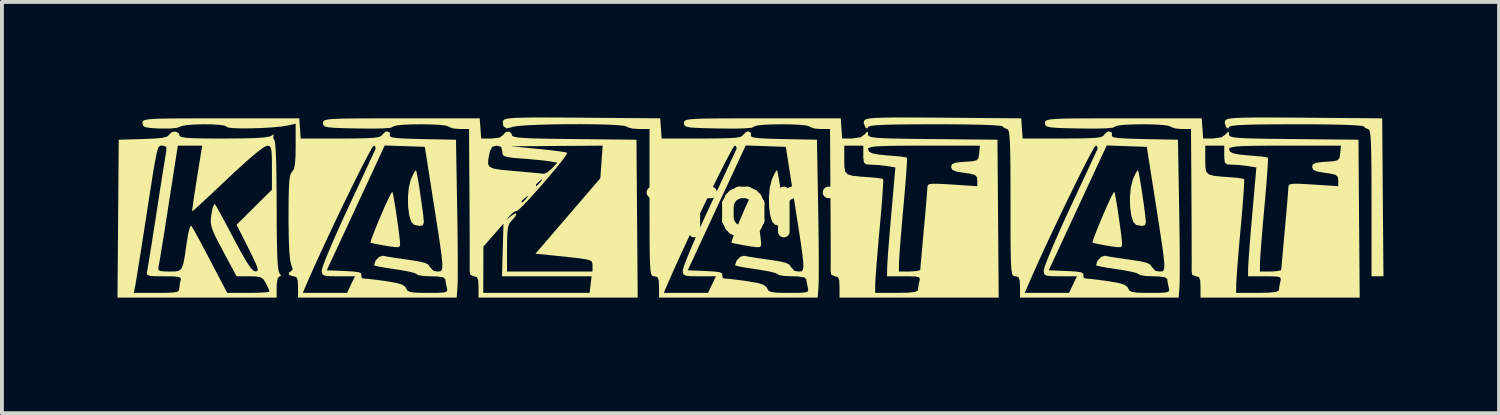
<source format=kicad_pcb>
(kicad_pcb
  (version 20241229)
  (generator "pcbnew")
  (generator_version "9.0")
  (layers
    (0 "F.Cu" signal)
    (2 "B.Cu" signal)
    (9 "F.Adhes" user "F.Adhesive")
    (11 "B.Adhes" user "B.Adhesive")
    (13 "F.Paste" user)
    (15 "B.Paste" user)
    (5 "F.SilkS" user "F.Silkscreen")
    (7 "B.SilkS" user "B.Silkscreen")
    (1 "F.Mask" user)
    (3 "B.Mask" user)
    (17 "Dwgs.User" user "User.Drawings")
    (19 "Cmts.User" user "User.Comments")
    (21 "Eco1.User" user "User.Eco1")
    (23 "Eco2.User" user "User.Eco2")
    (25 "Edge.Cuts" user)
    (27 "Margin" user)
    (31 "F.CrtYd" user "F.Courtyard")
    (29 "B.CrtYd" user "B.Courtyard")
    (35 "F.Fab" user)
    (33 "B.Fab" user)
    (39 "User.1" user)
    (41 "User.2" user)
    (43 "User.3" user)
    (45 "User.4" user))
  (footprint "front"
    (layer "F.Cu")
    (at 16.462 2.272)
    (property "Reference" "front" (at 0 0 0) (layer "F.SilkS") (effects (font (size 1.524 1.524) (thickness 0.3))))
    (attr board_only exclude_from_pos_files exclude_from_bom)
    (fp_poly (pts (xy -8.694 -0.836) (xy -8.664 -0.677) (xy -8.628 -0.457) (xy -8.59 -0.207) (xy -8.555 0.041) (xy -8.527 0.257) (xy -8.512 0.411) (xy -8.51 0.447) (xy -8.533 0.526) (xy -8.622 0.543) (xy -8.765 0.513) (xy -8.837 0.436) (xy -8.889 0.269) (xy -8.918 0.044) (xy -8.922 -0.206) (xy -8.9 -0.45) (xy -8.849 -0.655) (xy -8.845 -0.665) (xy -8.778 -0.815) (xy -8.726 -0.898) (xy -8.712 -0.903)) (stroke (width 0) (type solid)) (fill yes) (layer "F.SilkS"))
    (fp_poly (pts (xy 0.677 -0.836) (xy 0.707 -0.677) (xy 0.743 -0.457) (xy 0.781 -0.207) (xy 0.816 0.041) (xy 0.844 0.257) (xy 0.859 0.411) (xy 0.861 0.447) (xy 0.838 0.526) (xy 0.749 0.543) (xy 0.606 0.513) (xy 0.534 0.436) (xy 0.482 0.269) (xy 0.453 0.044) (xy 0.448 -0.206) (xy 0.471 -0.45) (xy 0.522 -0.655) (xy 0.526 -0.665) (xy 0.593 -0.815) (xy 0.644 -0.898) (xy 0.659 -0.903)) (stroke (width 0) (type solid)) (fill yes) (layer "F.SilkS"))
    (fp_poly (pts (xy 10.048 -0.836) (xy 10.078 -0.677) (xy 10.114 -0.457) (xy 10.152 -0.207) (xy 10.187 0.041) (xy 10.215 0.257) (xy 10.23 0.411) (xy 10.232 0.447) (xy 10.209 0.526) (xy 10.119 0.543) (xy 9.977 0.513) (xy 9.905 0.436) (xy 9.853 0.269) (xy 9.824 0.044) (xy 9.819 -0.206) (xy 9.842 -0.45) (xy 9.893 -0.655) (xy 9.897 -0.665) (xy 9.964 -0.815) (xy 10.015 -0.898) (xy 10.03 -0.903)) (stroke (width 0) (type solid)) (fill yes) (layer "F.SilkS"))
    (fp_poly (pts (xy -9.309 -0.279) (xy -9.28 -0.121) (xy -9.244 0.098) (xy -9.207 0.347) (xy -9.172 0.595) (xy -9.144 0.811) (xy -9.128 0.964) (xy -9.126 1.002) (xy -9.131 1.062) (xy -9.164 1.092) (xy -9.251 1.094) (xy -9.419 1.071) (xy -9.577 1.045) (xy -9.754 1.012) (xy -9.871 0.985) (xy -9.896 0.975) (xy -9.881 0.914) (xy -9.825 0.763) (xy -9.739 0.545) (xy -9.633 0.292) (xy -9.522 0.035) (xy -9.426 -0.171) (xy -9.358 -0.305) (xy -9.327 -0.346)) (stroke (width 0) (type solid)) (fill yes) (layer "F.SilkS"))
    (fp_poly (pts (xy 0.062 -0.279) (xy 0.091 -0.121) (xy 0.127 0.098) (xy 0.164 0.347) (xy 0.199 0.595) (xy 0.227 0.811) (xy 0.243 0.964) (xy 0.245 1.002) (xy 0.24 1.062) (xy 0.207 1.092) (xy 0.12 1.094) (xy -0.048 1.071) (xy -0.206 1.045) (xy -0.383 1.012) (xy -0.5 0.985) (xy -0.525 0.975) (xy -0.51 0.914) (xy -0.455 0.763) (xy -0.368 0.545) (xy -0.263 0.292) (xy -0.151 0.035) (xy -0.055 -0.171) (xy 0.013 -0.305) (xy 0.044 -0.346)) (stroke (width 0) (type solid)) (fill yes) (layer "F.SilkS"))
    (fp_poly (pts (xy 9.433 -0.279) (xy 9.462 -0.121) (xy 9.498 0.098) (xy 9.535 0.347) (xy 9.57 0.595) (xy 9.598 0.811) (xy 9.614 0.964) (xy 9.616 1.002) (xy 9.611 1.062) (xy 9.578 1.092) (xy 9.49 1.094) (xy 9.323 1.071) (xy 9.164 1.045) (xy 8.988 1.012) (xy 8.871 0.985) (xy 8.846 0.975) (xy 8.861 0.914) (xy 8.916 0.763) (xy 9.003 0.545) (xy 9.108 0.292) (xy 9.22 0.035) (xy 9.315 -0.171) (xy 9.384 -0.305) (xy 9.415 -0.346)) (stroke (width 0) (type solid)) (fill yes) (layer "F.SilkS"))
    (fp_poly (pts (xy 13.931 -2.27) (xy 14.348 -2.267) (xy 16.368 -2.25) (xy 16.384 -0.2) (xy 16.401 1.85) (xy 16.091 1.85) (xy 16.091 -0.062) (xy 16.09 -0.604) (xy 16.088 -1.035) (xy 16.083 -1.367) (xy 16.076 -1.612) (xy 16.065 -1.783) (xy 16.05 -1.892) (xy 16.031 -1.951) (xy 16.006 -1.972) (xy 15.998 -1.973) (xy 15.916 -2.006) (xy 15.906 -2.034) (xy 15.845 -2.054) (xy 15.665 -2.07) (xy 15.371 -2.083) (xy 14.967 -2.091) (xy 14.457 -2.096) (xy 14.149 -2.096) (xy 13.606 -2.095) (xy 13.177 -2.091) (xy 12.851 -2.083) (xy 12.62 -2.072) (xy 12.474 -2.056) (xy 12.403 -2.036) (xy 12.392 -2.022) (xy 12.371 -1.98) (xy 12.322 -2.018) (xy 12.28 -2.13) (xy 12.289 -2.185) (xy 12.311 -2.212) (xy 12.36 -2.233) (xy 12.449 -2.249) (xy 12.591 -2.261) (xy 12.798 -2.268) (xy 13.082 -2.272) (xy 13.455 -2.272)) (stroke (width 0) (type solid)) (fill yes) (layer "F.SilkS"))
    (fp_poly (pts (xy -7.04 -1.988) (xy -7.021 -1.726) (xy -6.754 -1.726) (xy -6.549 -1.748) (xy -6.454 -1.813) (xy -6.451 -1.819) (xy -6.38 -1.896) (xy -6.287 -1.904) (xy -6.229 -1.844) (xy -6.227 -1.82) (xy -6.212 -1.792) (xy -6.158 -1.769) (xy -6.053 -1.752) (xy -5.883 -1.739) (xy -5.636 -1.728) (xy -5.297 -1.721) (xy -4.854 -1.714) (xy -4.608 -1.712) (xy -2.99 -1.695) (xy -2.974 0.354) (xy -2.958 2.404) (xy -7.09 2.404) (xy -7.09 2.281) (xy -6.967 2.281) (xy -4.206 2.281) (xy -4.155 1.85) (xy -6.481 1.85) (xy -6.442 0.482) (xy -6.703 0.781) (xy -6.964 1.079) (xy -6.965 1.68) (xy -6.967 2.281) (xy -7.09 2.281) (xy -7.09 2.127) (xy -7.098 1.953) (xy -7.132 1.871) (xy -7.205 1.85) (xy -7.209 1.85) (xy -7.304 1.811) (xy -7.321 1.711) (xy -7.32 1.615) (xy -7.319 1.413) (xy -7.319 1.121) (xy -7.32 0.758) (xy -7.322 0.401) (xy -6.381 0.401) (xy -6.242 0.283) (xy -6.14 0.218) (xy -6.106 0.234) (xy -6.143 0.31) (xy -6.227 0.401) (xy -6.284 0.468) (xy -6.321 0.561) (xy -6.341 0.706) (xy -6.349 0.932) (xy -6.35 1.119) (xy -6.35 1.726) (xy -4.131 1.726) (xy -4.131 1.576) (xy -4.133 1.516) (xy -4.15 1.471) (xy -4.2 1.437) (xy -4.301 1.409) (xy -4.47 1.383) (xy -4.725 1.354) (xy -5.082 1.317) (xy -5.133 1.312) (xy -5.612 1.264) (xy -4.77 0.285) (xy -3.928 -0.695) (xy -3.898 -1.118) (xy -3.867 -1.541) (xy -5.062 -1.533) (xy -6.258 -1.524) (xy -5.538 -1.455) (xy -5.253 -1.426) (xy -5.016 -1.397) (xy -4.853 -1.372) (xy -4.788 -1.356) (xy -4.813 -1.3) (xy -4.905 -1.172) (xy -5.049 -0.992) (xy -5.227 -0.778) (xy -5.423 -0.549) (xy -5.621 -0.325) (xy -5.804 -0.124) (xy -5.957 0.036) (xy -6.061 0.134) (xy -6.1 0.156) (xy -6.17 0.176) (xy -6.265 0.263) (xy -6.381 0.401) (xy -7.322 0.401) (xy -7.322 0.339) (xy -7.324 -0.085) (xy -5.98 -0.085) (xy -5.95 -0.066) (xy -5.868 -0.146) (xy -5.849 -0.17) (xy -5.796 -0.243) (xy -5.828 -0.227) (xy -5.872 -0.193) (xy -5.958 -0.117) (xy -5.98 -0.085) (xy -7.324 -0.085) (xy -7.325 -0.117) (xy -7.325 -0.2) (xy -7.327 -0.534) (xy -5.598 -0.534) (xy -5.598 -0.494) (xy -5.587 -0.493) (xy -5.535 -0.535) (xy -5.479 -0.601) (xy -5.426 -0.674) (xy -5.458 -0.659) (xy -5.502 -0.624) (xy -5.598 -0.534) (xy -7.327 -0.534) (xy -7.331 -1.062) (xy -6.841 -1.062) (xy -6.798 -0.988) (xy -6.69 -0.943) (xy -6.499 -0.913) (xy -6.207 -0.886) (xy -6.15 -0.881) (xy -5.866 -0.856) (xy -5.626 -0.834) (xy -5.457 -0.818) (xy -5.39 -0.811) (xy -5.306 -0.845) (xy -5.192 -0.942) (xy -5.184 -0.95) (xy -5.045 -1.098) (xy -5.22 -1.131) (xy -5.361 -1.151) (xy -5.585 -1.174) (xy -5.849 -1.198) (xy -5.934 -1.204) (xy -6.192 -1.225) (xy -6.351 -1.247) (xy -6.435 -1.278) (xy -6.468 -1.326) (xy -6.473 -1.393) (xy -6.502 -1.508) (xy -6.608 -1.541) (xy -6.62 -1.541) (xy -6.732 -1.512) (xy -6.792 -1.403) (xy -6.805 -1.349) (xy -6.837 -1.178) (xy -6.841 -1.062) (xy -7.331 -1.062) (xy -7.336 -1.973) (xy -7.579 -1.973) (xy -7.744 -1.987) (xy -7.849 -2.023) (xy -7.86 -2.034) (xy -7.934 -2.061) (xy -8.096 -2.08) (xy -8.319 -2.092) (xy -8.572 -2.096) (xy -8.826 -2.093) (xy -9.053 -2.083) (xy -9.222 -2.065) (xy -9.305 -2.04) (xy -9.309 -2.033) (xy -9.37 -2.006) (xy -9.549 -1.99) (xy -9.843 -1.983) (xy -10.219 -1.987) (xy -10.571 -1.994) (xy -10.818 -2.003) (xy -10.979 -2.016) (xy -11.072 -2.037) (xy -11.115 -2.067) (xy -11.128 -2.111) (xy -11.128 -2.127) (xy -11.125 -2.161) (xy -11.106 -2.187) (xy -11.061 -2.208) (xy -10.975 -2.224) (xy -10.837 -2.235) (xy -10.635 -2.243) (xy -10.356 -2.247) (xy -9.988 -2.249) (xy -9.518 -2.25) (xy -9.093 -2.25) (xy -7.059 -2.25)) (stroke (width 0) (type solid)) (fill yes) (layer "F.SilkS"))
    (fp_poly (pts (xy -4.811 -2.27) (xy -4.394 -2.267) (xy -2.374 -2.25) (xy -2.355 -1.988) (xy -2.336 -1.726) (xy -1.298 -1.726) (xy -0.908 -1.728) (xy -0.624 -1.734) (xy -0.43 -1.745) (xy -0.31 -1.764) (xy -0.246 -1.791) (xy -0.224 -1.819) (xy -0.139 -1.9) (xy -0.088 -1.911) (xy -0.016 -1.874) (xy -0.022 -1.82) (xy -0.019 -1.784) (xy 0.032 -1.757) (xy 0.149 -1.739) (xy 0.347 -1.726) (xy 0.645 -1.716) (xy 0.819 -1.712) (xy 1.695 -1.695) (xy 1.726 0.049) (xy 1.734 0.518) (xy 1.739 0.961) (xy 1.742 1.36) (xy 1.742 1.694) (xy 1.74 1.946) (xy 1.736 2.094) (xy 1.736 2.099) (xy 1.714 2.404) (xy -2.404 2.404) (xy -2.404 2.281) (xy -2.281 2.281) (xy -1.133 2.281) (xy -1.03 2.065) (xy -0.927 1.85) (xy -1.357 1.85) (xy -1.582 1.847) (xy -1.711 1.834) (xy -1.77 1.8) (xy -1.787 1.736) (xy -1.788 1.695) (xy -1.659 1.695) (xy -1.194 1.713) (xy -0.954 1.727) (xy -0.817 1.748) (xy -0.762 1.782) (xy -0.763 1.821) (xy -0.75 1.896) (xy -0.679 1.911) (xy -0.562 1.92) (xy -0.363 1.943) (xy -0.124 1.976) (xy -0.097 1.98) (xy 0.155 2.024) (xy 0.307 2.07) (xy 0.384 2.128) (xy 0.403 2.165) (xy 0.435 2.222) (xy 0.505 2.257) (xy 0.637 2.275) (xy 0.858 2.281) (xy 0.967 2.281) (xy 1.221 2.28) (xy 1.375 2.271) (xy 1.45 2.249) (xy 1.469 2.208) (xy 1.457 2.142) (xy 1.427 1.999) (xy 1.419 1.927) (xy 1.366 1.878) (xy 1.205 1.854) (xy 1.048 1.85) (xy 0.853 1.842) (xy 0.719 1.821) (xy 0.678 1.797) (xy 0.621 1.766) (xy 0.47 1.727) (xy 0.25 1.687) (xy 0.123 1.668) (xy -0.12 1.632) (xy -0.309 1.598) (xy -0.417 1.571) (xy -0.432 1.563) (xy -0.391 1.443) (xy -0.298 1.346) (xy -0.199 1.317) (xy -0.197 1.318) (xy -0.09 1.339) (xy 0.103 1.37) (xy 0.348 1.406) (xy 0.445 1.419) (xy 0.714 1.46) (xy 0.884 1.5) (xy 0.978 1.547) (xy 1.019 1.609) (xy 1.019 1.609) (xy 1.109 1.707) (xy 1.206 1.726) (xy 1.261 1.725) (xy 1.302 1.715) (xy 1.329 1.68) (xy 1.342 1.61) (xy 1.339 1.49) (xy 1.321 1.307) (xy 1.286 1.049) (xy 1.233 0.702) (xy 1.163 0.253) (xy 1.119 -0.031) (xy 0.887 -1.51) (xy 0.366 -1.528) (xy -0.154 -1.546) (xy -1.659 1.695) (xy -1.788 1.695) (xy -1.788 1.693) (xy -1.762 1.597) (xy -1.691 1.406) (xy -1.58 1.137) (xy -1.437 0.806) (xy -1.269 0.431) (xy -1.105 0.075) (xy -0.92 -0.321) (xy -0.752 -0.682) (xy -0.607 -0.993) (xy -0.494 -1.237) (xy -0.418 -1.4) (xy -0.389 -1.464) (xy -0.406 -1.532) (xy -0.44 -1.539) (xy -0.482 -1.486) (xy -0.568 -1.334) (xy -0.69 -1.101) (xy -0.842 -0.801) (xy -1.017 -0.448) (xy -1.207 -0.058) (xy -1.405 0.355) (xy -1.603 0.775) (xy -1.795 1.188) (xy -1.974 1.579) (xy -2.131 1.932) (xy -2.204 2.101) (xy -2.281 2.281) (xy -2.404 2.281) (xy -2.404 2.127) (xy -2.412 1.954) (xy -2.446 1.872) (xy -2.519 1.85) (xy -2.528 1.85) (xy -2.562 1.846) (xy -2.59 1.827) (xy -2.611 1.78) (xy -2.626 1.691) (xy -2.637 1.549) (xy -2.644 1.34) (xy -2.648 1.051) (xy -2.65 0.671) (xy -2.651 0.185) (xy -2.651 -0.062) (xy -2.651 -1.973) (xy -2.925 -1.973) (xy -3.099 -1.986) (xy -3.216 -2.018) (xy -3.237 -2.034) (xy -3.31 -2.057) (xy -3.486 -2.074) (xy -3.742 -2.087) (xy -4.059 -2.095) (xy -4.415 -2.099) (xy -4.788 -2.098) (xy -5.159 -2.093) (xy -5.506 -2.084) (xy -5.807 -2.071) (xy -6.043 -2.054) (xy -6.191 -2.033) (xy -6.226 -2.021) (xy -6.356 -1.988) (xy -6.446 -2.044) (xy -6.46 -2.162) (xy -6.452 -2.185) (xy -6.431 -2.212) (xy -6.382 -2.233) (xy -6.293 -2.249) (xy -6.151 -2.261) (xy -5.944 -2.268) (xy -5.66 -2.272) (xy -5.286 -2.272)) (stroke (width 0) (type solid)) (fill yes) (layer "F.SilkS"))
    (fp_poly (pts (xy 4.56 -2.27) (xy 4.977 -2.267) (xy 6.997 -2.25) (xy 7.016 -1.988) (xy 7.035 -1.726) (xy 8.073 -1.726) (xy 8.463 -1.728) (xy 8.747 -1.734) (xy 8.94 -1.745) (xy 9.061 -1.764) (xy 9.125 -1.791) (xy 9.147 -1.819) (xy 9.231 -1.9) (xy 9.283 -1.911) (xy 9.355 -1.874) (xy 9.349 -1.82) (xy 9.352 -1.784) (xy 9.403 -1.757) (xy 9.52 -1.739) (xy 9.718 -1.726) (xy 10.016 -1.716) (xy 10.19 -1.712) (xy 11.066 -1.695) (xy 11.097 0.049) (xy 11.104 0.518) (xy 11.11 0.961) (xy 11.113 1.36) (xy 11.113 1.694) (xy 11.111 1.946) (xy 11.107 2.094) (xy 11.107 2.099) (xy 11.085 2.404) (xy 6.967 2.404) (xy 6.967 2.281) (xy 7.089 2.281) (xy 8.238 2.281) (xy 8.341 2.065) (xy 8.444 1.85) (xy 8.014 1.85) (xy 7.788 1.847) (xy 7.66 1.834) (xy 7.6 1.8) (xy 7.584 1.736) (xy 7.583 1.695) (xy 7.712 1.695) (xy 8.177 1.713) (xy 8.417 1.727) (xy 8.554 1.748) (xy 8.609 1.782) (xy 8.608 1.821) (xy 8.621 1.896) (xy 8.692 1.911) (xy 8.809 1.92) (xy 9.008 1.943) (xy 9.247 1.976) (xy 9.274 1.98) (xy 9.525 2.024) (xy 9.678 2.07) (xy 9.755 2.128) (xy 9.774 2.165) (xy 9.806 2.222) (xy 9.876 2.257) (xy 10.008 2.275) (xy 10.228 2.281) (xy 10.338 2.281) (xy 10.592 2.28) (xy 10.745 2.271) (xy 10.821 2.249) (xy 10.84 2.208) (xy 10.828 2.142) (xy 10.797 1.999) (xy 10.79 1.927) (xy 10.737 1.878) (xy 10.576 1.854) (xy 10.419 1.85) (xy 10.224 1.842) (xy 10.09 1.821) (xy 10.049 1.797) (xy 9.992 1.766) (xy 9.84 1.727) (xy 9.62 1.687) (xy 9.494 1.668) (xy 9.251 1.632) (xy 9.062 1.598) (xy 8.954 1.571) (xy 8.939 1.563) (xy 8.98 1.443) (xy 9.073 1.346) (xy 9.172 1.317) (xy 9.174 1.318) (xy 9.281 1.339) (xy 9.474 1.37) (xy 9.719 1.406) (xy 9.816 1.419) (xy 10.085 1.46) (xy 10.255 1.5) (xy 10.349 1.547) (xy 10.39 1.609) (xy 10.39 1.609) (xy 10.479 1.707) (xy 10.577 1.726) (xy 10.632 1.725) (xy 10.673 1.715) (xy 10.7 1.68) (xy 10.712 1.61) (xy 10.71 1.49) (xy 10.691 1.307) (xy 10.656 1.049) (xy 10.604 0.702) (xy 10.534 0.253) (xy 10.49 -0.031) (xy 10.257 -1.51) (xy 9.737 -1.528) (xy 9.217 -1.546) (xy 7.712 1.695) (xy 7.583 1.695) (xy 7.583 1.693) (xy 7.608 1.597) (xy 7.68 1.406) (xy 7.791 1.137) (xy 7.934 0.806) (xy 8.102 0.431) (xy 8.266 0.075) (xy 8.451 -0.321) (xy 8.619 -0.682) (xy 8.764 -0.993) (xy 8.877 -1.237) (xy 8.953 -1.4) (xy 8.982 -1.464) (xy 8.965 -1.532) (xy 8.931 -1.539) (xy 8.889 -1.486) (xy 8.803 -1.334) (xy 8.681 -1.101) (xy 8.528 -0.801) (xy 8.354 -0.448) (xy 8.164 -0.058) (xy 7.966 0.355) (xy 7.767 0.775) (xy 7.575 1.188) (xy 7.397 1.579) (xy 7.24 1.932) (xy 7.167 2.101) (xy 7.089 2.281) (xy 6.967 2.281) (xy 6.967 2.127) (xy 6.958 1.954) (xy 6.925 1.872) (xy 6.852 1.85) (xy 6.843 1.85) (xy 6.809 1.846) (xy 6.781 1.827) (xy 6.76 1.78) (xy 6.745 1.691) (xy 6.734 1.549) (xy 6.727 1.34) (xy 6.722 1.051) (xy 6.72 0.671) (xy 6.72 0.185) (xy 6.72 -0.062) (xy 6.719 -0.604) (xy 6.717 -1.035) (xy 6.712 -1.367) (xy 6.705 -1.612) (xy 6.694 -1.783) (xy 6.679 -1.892) (xy 6.66 -1.951) (xy 6.635 -1.972) (xy 6.627 -1.973) (xy 6.545 -2.006) (xy 6.535 -2.034) (xy 6.474 -2.054) (xy 6.294 -2.07) (xy 6 -2.083) (xy 5.596 -2.091) (xy 5.086 -2.096) (xy 4.778 -2.096) (xy 4.235 -2.095) (xy 3.806 -2.091) (xy 3.481 -2.083) (xy 3.25 -2.072) (xy 3.103 -2.056) (xy 3.032 -2.036) (xy 3.021 -2.022) (xy 3 -1.98) (xy 2.951 -2.018) (xy 2.909 -2.13) (xy 2.919 -2.185) (xy 2.94 -2.212) (xy 2.989 -2.233) (xy 3.078 -2.249) (xy 3.22 -2.261) (xy 3.427 -2.268) (xy 3.711 -2.272) (xy 4.084 -2.272)) (stroke (width 0) (type solid)) (fill yes) (layer "F.SilkS"))
    (fp_poly (pts (xy 11.702 -1.988) (xy 11.721 -1.726) (xy 11.972 -1.726) (xy 12.198 -1.759) (xy 12.306 -1.834) (xy 12.369 -1.908) (xy 12.388 -1.882) (xy 12.39 -1.835) (xy 12.398 -1.803) (xy 12.432 -1.778) (xy 12.505 -1.759) (xy 12.629 -1.744) (xy 12.819 -1.733) (xy 13.087 -1.725) (xy 13.449 -1.719) (xy 13.916 -1.713) (xy 14.072 -1.712) (xy 15.752 -1.695) (xy 15.784 2.404) (xy 11.652 2.404) (xy 11.652 2.127) (xy 11.644 1.953) (xy 11.61 1.871) (xy 11.537 1.85) (xy 11.532 1.85) (xy 11.438 1.811) (xy 11.42 1.711) (xy 11.422 1.615) (xy 11.423 1.413) (xy 11.422 1.121) (xy 11.421 0.758) (xy 11.42 0.339) (xy 11.417 -0.117) (xy 11.417 -0.2) (xy 11.408 -1.541) (xy 11.775 -1.541) (xy 11.775 -1.173) (xy 11.778 -0.989) (xy 11.799 -0.87) (xy 11.862 -0.798) (xy 11.988 -0.759) (xy 12.2 -0.737) (xy 12.407 -0.723) (xy 12.602 -0.706) (xy 12.741 -0.686) (xy 12.785 -0.673) (xy 12.787 -0.607) (xy 12.778 -0.436) (xy 12.76 -0.181) (xy 12.735 0.14) (xy 12.702 0.509) (xy 12.695 0.586) (xy 12.66 0.979) (xy 12.629 1.344) (xy 12.604 1.658) (xy 12.587 1.899) (xy 12.579 2.042) (xy 12.579 2.05) (xy 12.577 2.281) (xy 13.132 2.281) (xy 13.418 2.276) (xy 13.596 2.258) (xy 13.678 2.226) (xy 13.687 2.204) (xy 13.703 2.085) (xy 13.725 1.988) (xy 13.738 1.916) (xy 13.712 1.875) (xy 13.623 1.855) (xy 13.446 1.85) (xy 13.324 1.85) (xy 12.885 1.85) (xy 12.889 1.618) (xy 12.896 1.484) (xy 12.912 1.252) (xy 12.936 0.944) (xy 12.965 0.585) (xy 12.998 0.206) (xy 13.102 -0.975) (xy 12.885 -1.011) (xy 12.669 -1.037) (xy 12.469 -1.047) (xy 12.34 -1.056) (xy 12.283 -1.106) (xy 12.269 -1.231) (xy 12.268 -1.295) (xy 12.268 -1.45) (xy 12.392 -1.45) (xy 12.416 -1.387) (xy 12.501 -1.342) (xy 12.666 -1.31) (xy 12.931 -1.284) (xy 13.024 -1.277) (xy 13.219 -1.26) (xy 13.357 -1.241) (xy 13.402 -1.228) (xy 13.403 -1.162) (xy 13.395 -0.991) (xy 13.377 -0.736) (xy 13.351 -0.414) (xy 13.319 -0.045) (xy 13.312 0.031) (xy 13.277 0.424) (xy 13.246 0.789) (xy 13.221 1.104) (xy 13.203 1.344) (xy 13.196 1.487) (xy 13.196 1.495) (xy 13.193 1.726) (xy 13.471 1.726) (xy 13.636 1.717) (xy 13.736 1.694) (xy 13.748 1.68) (xy 13.754 1.606) (xy 13.769 1.431) (xy 13.792 1.176) (xy 13.82 0.865) (xy 13.84 0.647) (xy 13.871 0.304) (xy 13.898 -0.003) (xy 13.918 -0.249) (xy 13.93 -0.41) (xy 13.932 -0.456) (xy 13.94 -0.508) (xy 13.978 -0.539) (xy 14.068 -0.553) (xy 14.231 -0.551) (xy 14.489 -0.537) (xy 14.58 -0.531) (xy 15.228 -0.489) (xy 15.228 -0.641) (xy 15.216 -0.73) (xy 15.16 -0.782) (xy 15.031 -0.815) (xy 14.889 -0.835) (xy 14.688 -0.868) (xy 14.584 -0.911) (xy 14.55 -0.977) (xy 14.55 -0.99) (xy 14.569 -1.057) (xy 14.647 -1.095) (xy 14.809 -1.116) (xy 14.904 -1.122) (xy 15.104 -1.136) (xy 15.211 -1.162) (xy 15.259 -1.219) (xy 15.276 -1.326) (xy 15.278 -1.341) (xy 15.297 -1.541) (xy 13.844 -1.541) (xy 13.378 -1.54) (xy 13.021 -1.537) (xy 12.759 -1.53) (xy 12.579 -1.519) (xy 12.467 -1.503) (xy 12.409 -1.481) (xy 12.392 -1.453) (xy 12.392 -1.45) (xy 12.268 -1.45) (xy 12.268 -1.541) (xy 11.775 -1.541) (xy 11.408 -1.541) (xy 11.405 -1.973) (xy 11.162 -1.973) (xy 10.998 -1.987) (xy 10.893 -2.023) (xy 10.881 -2.034) (xy 10.808 -2.061) (xy 10.646 -2.08) (xy 10.423 -2.092) (xy 10.17 -2.096) (xy 9.916 -2.093) (xy 9.689 -2.083) (xy 9.519 -2.065) (xy 9.436 -2.04) (xy 9.433 -2.033) (xy 9.372 -2.006) (xy 9.192 -1.99) (xy 8.898 -1.983) (xy 8.523 -1.987) (xy 8.171 -1.994) (xy 7.924 -2.003) (xy 7.763 -2.016) (xy 7.67 -2.037) (xy 7.627 -2.067) (xy 7.614 -2.111) (xy 7.614 -2.127) (xy 7.617 -2.161) (xy 7.636 -2.187) (xy 7.681 -2.208) (xy 7.767 -2.224) (xy 7.904 -2.235) (xy 8.106 -2.243) (xy 8.385 -2.247) (xy 8.754 -2.249) (xy 9.224 -2.25) (xy 9.648 -2.25) (xy 11.683 -2.25)) (stroke (width 0) (type solid)) (fill yes) (layer "F.SilkS"))
    (fp_poly (pts (xy -14.87 -1.862) (xy -14.858 -1.819) (xy -14.842 -1.786) (xy -14.786 -1.762) (xy -14.673 -1.745) (xy -14.488 -1.734) (xy -14.216 -1.728) (xy -13.84 -1.726) (xy -13.699 -1.726) (xy -13.248 -1.729) (xy -12.909 -1.737) (xy -12.671 -1.753) (xy -12.523 -1.775) (xy -12.457 -1.803) (xy -12.402 -1.843) (xy -12.415 -1.808) (xy -12.415 -1.718) (xy -12.393 -1.696) (xy -12.372 -1.622) (xy -12.356 -1.43) (xy -12.343 -1.126) (xy -12.335 -0.716) (xy -12.33 -0.205) (xy -12.33 0.022) (xy -12.328 0.57) (xy -12.323 1.004) (xy -12.314 1.333) (xy -12.3 1.564) (xy -12.281 1.709) (xy -12.257 1.775) (xy -12.256 1.776) (xy -12.213 1.837) (xy -12.256 1.85) (xy -12.306 1.907) (xy -12.329 2.07) (xy -12.33 2.127) (xy -12.33 2.404) (xy -16.462 2.404) (xy -16.461 2.281) (xy -16.039 2.281) (xy -15.448 2.281) (xy -15.174 2.279) (xy -15.001 2.27) (xy -14.906 2.249) (xy -14.865 2.213) (xy -14.858 2.163) (xy -14.838 2.008) (xy -14.82 1.947) (xy -14.817 1.897) (xy -14.87 1.868) (xy -15 1.853) (xy -15.23 1.85) (xy -15.253 1.85) (xy -15.49 1.848) (xy -15.628 1.837) (xy -15.69 1.81) (xy -15.701 1.759) (xy -15.692 1.711) (xy -15.684 1.669) (xy -15.403 1.669) (xy -15.363 1.71) (xy -15.245 1.725) (xy -15.115 1.726) (xy -14.97 1.725) (xy -14.87 1.709) (xy -14.804 1.656) (xy -14.759 1.547) (xy -14.721 1.362) (xy -14.68 1.08) (xy -14.668 0.997) (xy -14.631 0.772) (xy -14.592 0.609) (xy -14.559 0.535) (xy -14.548 0.535) (xy -14.505 0.605) (xy -14.415 0.764) (xy -14.291 0.992) (xy -14.144 1.27) (xy -14.058 1.433) (xy -13.614 2.281) (xy -13.065 2.281) (xy -12.821 2.278) (xy -12.633 2.268) (xy -12.528 2.255) (xy -12.515 2.247) (xy -12.541 2.174) (xy -12.603 2.043) (xy -12.609 2.031) (xy -12.675 1.925) (xy -12.758 1.871) (xy -12.897 1.852) (xy -13.037 1.85) (xy -13.371 1.85) (xy -13.719 1.201) (xy -13.867 0.921) (xy -13.964 0.723) (xy -14.019 0.576) (xy -14.04 0.456) (xy -14.036 0.332) (xy -14.024 0.239) (xy -13.992 0.074) (xy -13.955 -0.017) (xy -13.933 -0.021) (xy -13.889 0.049) (xy -13.799 0.209) (xy -13.675 0.437) (xy -13.527 0.715) (xy -13.441 0.879) (xy -13.257 1.223) (xy -13.115 1.468) (xy -13.009 1.625) (xy -12.93 1.707) (xy -12.879 1.726) (xy -12.833 1.715) (xy -12.822 1.668) (xy -12.852 1.567) (xy -12.929 1.395) (xy -13.058 1.133) (xy -13.065 1.119) (xy -13.37 0.512) (xy -12.912 0.057) (xy -12.453 -0.398) (xy -12.453 -0.969) (xy -12.455 -1.238) (xy -12.464 -1.406) (xy -12.486 -1.497) (xy -12.524 -1.534) (xy -12.578 -1.541) (xy -12.667 -1.498) (xy -12.831 -1.376) (xy -13.062 -1.181) (xy -13.349 -0.923) (xy -13.608 -0.681) (xy -13.882 -0.422) (xy -14.124 -0.195) (xy -14.32 -0.013) (xy -14.457 0.111) (xy -14.522 0.165) (xy -14.525 0.167) (xy -14.52 0.105) (xy -14.498 -0.057) (xy -14.462 -0.295) (xy -14.417 -0.589) (xy -14.4 -0.694) (xy -14.264 -1.541) (xy -14.896 -1.541) (xy -15.129 -0.046) (xy -15.195 0.376) (xy -15.256 0.763) (xy -15.31 1.097) (xy -15.353 1.359) (xy -15.383 1.531) (xy -15.394 1.587) (xy -15.403 1.669) (xy -15.684 1.669) (xy -15.674 1.612) (xy -15.64 1.41) (xy -15.594 1.125) (xy -15.539 0.775) (xy -15.477 0.381) (xy -15.442 0.154) (xy -15.379 -0.257) (xy -15.32 -0.633) (xy -15.269 -0.956) (xy -15.228 -1.205) (xy -15.202 -1.363) (xy -15.194 -1.403) (xy -15.194 -1.51) (xy -15.277 -1.541) (xy -15.287 -1.541) (xy -15.327 -1.542) (xy -15.36 -1.536) (xy -15.389 -1.51) (xy -15.416 -1.452) (xy -15.444 -1.35) (xy -15.477 -1.19) (xy -15.518 -0.96) (xy -15.568 -0.647) (xy -15.632 -0.24) (xy -15.712 0.276) (xy -15.721 0.339) (xy -15.79 0.778) (xy -15.853 1.184) (xy -15.91 1.539) (xy -15.956 1.825) (xy -15.989 2.023) (xy -16.004 2.112) (xy -16.039 2.281) (xy -16.461 2.281) (xy -16.446 0.354) (xy -16.43 -1.695) (xy -15.795 -1.713) (xy -15.49 -1.726) (xy -15.29 -1.745) (xy -15.175 -1.776) (xy -15.127 -1.819) (xy -15.126 -1.821) (xy -15.053 -1.893) (xy -14.949 -1.907)) (stroke (width 0) (type solid)) (fill yes) (layer "F.SilkS"))
    (fp_poly (pts (xy 2.331 -1.988) (xy 2.35 -1.726) (xy 2.601 -1.726) (xy 2.828 -1.759) (xy 2.935 -1.834) (xy 2.998 -1.908) (xy 3.017 -1.882) (xy 3.019 -1.835) (xy 3.028 -1.803) (xy 3.061 -1.778) (xy 3.134 -1.759) (xy 3.258 -1.744) (xy 3.448 -1.733) (xy 3.717 -1.725) (xy 4.078 -1.719) (xy 4.545 -1.713) (xy 4.701 -1.712) (xy 6.381 -1.695) (xy 6.397 0.354) (xy 6.413 2.404) (xy 2.281 2.404) (xy 2.281 2.127) (xy 2.273 1.953) (xy 2.239 1.871) (xy 2.166 1.85) (xy 2.162 1.85) (xy 2.067 1.811) (xy 2.05 1.711) (xy 2.051 1.615) (xy 2.052 1.413) (xy 2.052 1.121) (xy 2.051 0.758) (xy 2.049 0.339) (xy 2.046 -0.117) (xy 2.046 -0.2) (xy 2.037 -1.541) (xy 2.404 -1.541) (xy 2.404 -1.173) (xy 2.407 -0.989) (xy 2.428 -0.87) (xy 2.491 -0.798) (xy 2.617 -0.759) (xy 2.829 -0.737) (xy 3.036 -0.723) (xy 3.232 -0.706) (xy 3.37 -0.686) (xy 3.414 -0.673) (xy 3.416 -0.607) (xy 3.407 -0.436) (xy 3.389 -0.181) (xy 3.364 0.14) (xy 3.331 0.509) (xy 3.324 0.586) (xy 3.289 0.979) (xy 3.258 1.344) (xy 3.233 1.658) (xy 3.216 1.899) (xy 3.209 2.042) (xy 3.208 2.05) (xy 3.206 2.281) (xy 3.761 2.281) (xy 4.047 2.276) (xy 4.225 2.258) (xy 4.307 2.226) (xy 4.316 2.204) (xy 4.332 2.085) (xy 4.354 1.988) (xy 4.367 1.916) (xy 4.341 1.875) (xy 4.252 1.855) (xy 4.075 1.85) (xy 3.953 1.85) (xy 3.514 1.85) (xy 3.518 1.618) (xy 3.525 1.484) (xy 3.541 1.252) (xy 3.565 0.944) (xy 3.594 0.585) (xy 3.627 0.206) (xy 3.731 -0.975) (xy 3.515 -1.011) (xy 3.298 -1.037) (xy 3.098 -1.047) (xy 2.97 -1.056) (xy 2.913 -1.106) (xy 2.898 -1.231) (xy 2.898 -1.295) (xy 2.898 -1.45) (xy 3.021 -1.45) (xy 3.045 -1.387) (xy 3.13 -1.342) (xy 3.296 -1.31) (xy 3.56 -1.284) (xy 3.653 -1.277) (xy 3.848 -1.26) (xy 3.987 -1.241) (xy 4.031 -1.228) (xy 4.033 -1.162) (xy 4.024 -0.991) (xy 4.006 -0.736) (xy 3.98 -0.414) (xy 3.948 -0.045) (xy 3.941 0.031) (xy 3.906 0.424) (xy 3.875 0.789) (xy 3.85 1.104) (xy 3.833 1.344) (xy 3.825 1.487) (xy 3.825 1.495) (xy 3.822 1.726) (xy 4.1 1.726) (xy 4.265 1.717) (xy 4.365 1.694) (xy 4.377 1.68) (xy 4.383 1.606) (xy 4.398 1.431) (xy 4.421 1.176) (xy 4.449 0.865) (xy 4.469 0.647) (xy 4.5 0.304) (xy 4.527 -0.003) (xy 4.547 -0.249) (xy 4.559 -0.41) (xy 4.561 -0.456) (xy 4.569 -0.508) (xy 4.607 -0.539) (xy 4.697 -0.553) (xy 4.86 -0.551) (xy 5.118 -0.537) (xy 5.209 -0.531) (xy 5.857 -0.489) (xy 5.857 -0.641) (xy 5.845 -0.73) (xy 5.789 -0.782) (xy 5.66 -0.815) (xy 5.518 -0.835) (xy 5.317 -0.868) (xy 5.213 -0.911) (xy 5.179 -0.977) (xy 5.179 -0.99) (xy 5.198 -1.057) (xy 5.276 -1.095) (xy 5.438 -1.116) (xy 5.533 -1.122) (xy 5.733 -1.136) (xy 5.841 -1.162) (xy 5.888 -1.219) (xy 5.905 -1.326) (xy 5.907 -1.341) (xy 5.926 -1.541) (xy 4.474 -1.541) (xy 4.007 -1.54) (xy 3.65 -1.537) (xy 3.388 -1.53) (xy 3.208 -1.519) (xy 3.096 -1.503) (xy 3.039 -1.481) (xy 3.021 -1.453) (xy 3.021 -1.45) (xy 2.898 -1.45) (xy 2.898 -1.541) (xy 2.404 -1.541) (xy 2.037 -1.541) (xy 2.034 -1.973) (xy 1.792 -1.973) (xy 1.627 -1.987) (xy 1.522 -2.023) (xy 1.51 -2.034) (xy 1.437 -2.061) (xy 1.275 -2.08) (xy 1.052 -2.092) (xy 0.799 -2.096) (xy 0.545 -2.093) (xy 0.318 -2.083) (xy 0.149 -2.065) (xy 0.065 -2.04) (xy 0.062 -2.033) (xy 0.001 -2.006) (xy -0.179 -1.99) (xy -0.473 -1.983) (xy -0.848 -1.987) (xy -1.2 -1.994) (xy -1.447 -2.003) (xy -1.608 -2.016) (xy -1.701 -2.037) (xy -1.744 -2.067) (xy -1.757 -2.111) (xy -1.757 -2.127) (xy -1.754 -2.161) (xy -1.735 -2.187) (xy -1.69 -2.208) (xy -1.604 -2.224) (xy -1.467 -2.235) (xy -1.264 -2.243) (xy -0.985 -2.247) (xy -0.617 -2.249) (xy -0.147 -2.25) (xy 0.277 -2.25) (xy 2.312 -2.25)) (stroke (width 0) (type solid)) (fill yes) (layer "F.SilkS"))
    (fp_poly (pts (xy -11.725 -1.988) (xy -11.707 -1.726) (xy -10.669 -1.726) (xy -10.279 -1.728) (xy -9.995 -1.734) (xy -9.801 -1.745) (xy -9.681 -1.764) (xy -9.617 -1.791) (xy -9.595 -1.819) (xy -9.51 -1.9) (xy -9.459 -1.911) (xy -9.387 -1.874) (xy -9.393 -1.82) (xy -9.39 -1.784) (xy -9.339 -1.757) (xy -9.222 -1.739) (xy -9.023 -1.726) (xy -8.726 -1.716) (xy -8.551 -1.712) (xy -7.675 -1.695) (xy -7.645 0.049) (xy -7.637 0.518) (xy -7.632 0.961) (xy -7.629 1.36) (xy -7.629 1.694) (xy -7.63 1.946) (xy -7.635 2.094) (xy -7.635 2.099) (xy -7.657 2.404) (xy -11.775 2.404) (xy -11.775 2.281) (xy -11.652 2.281) (xy -10.503 2.281) (xy -10.401 2.065) (xy -10.298 1.85) (xy -10.728 1.85) (xy -10.953 1.847) (xy -11.082 1.834) (xy -11.141 1.8) (xy -11.158 1.736) (xy -11.159 1.695) (xy -11.03 1.695) (xy -10.565 1.713) (xy -10.325 1.727) (xy -10.187 1.748) (xy -10.133 1.782) (xy -10.134 1.821) (xy -10.121 1.896) (xy -10.05 1.911) (xy -9.932 1.92) (xy -9.734 1.943) (xy -9.495 1.976) (xy -9.468 1.98) (xy -9.216 2.024) (xy -9.064 2.07) (xy -8.987 2.128) (xy -8.968 2.165) (xy -8.936 2.222) (xy -8.866 2.257) (xy -8.734 2.275) (xy -8.513 2.281) (xy -8.404 2.281) (xy -8.15 2.28) (xy -7.996 2.271) (xy -7.921 2.249) (xy -7.901 2.208) (xy -7.914 2.142) (xy -7.944 1.999) (xy -7.952 1.927) (xy -8.005 1.878) (xy -8.166 1.854) (xy -8.323 1.85) (xy -8.518 1.842) (xy -8.652 1.821) (xy -8.693 1.797) (xy -8.749 1.766) (xy -8.901 1.727) (xy -9.121 1.687) (xy -9.248 1.668) (xy -9.491 1.632) (xy -9.68 1.598) (xy -9.788 1.571) (xy -9.802 1.563) (xy -9.762 1.443) (xy -9.669 1.346) (xy -9.569 1.317) (xy -9.567 1.318) (xy -9.461 1.339) (xy -9.268 1.37) (xy -9.023 1.406) (xy -8.926 1.419) (xy -8.657 1.46) (xy -8.487 1.5) (xy -8.393 1.547) (xy -8.352 1.609) (xy -8.352 1.609) (xy -8.262 1.707) (xy -8.165 1.726) (xy -8.11 1.725) (xy -8.069 1.715) (xy -8.042 1.68) (xy -8.029 1.61) (xy -8.032 1.49) (xy -8.05 1.307) (xy -8.085 1.049) (xy -8.137 0.702) (xy -8.207 0.253) (xy -8.252 -0.031) (xy -8.484 -1.51) (xy -9.005 -1.528) (xy -9.525 -1.546) (xy -10.277 0.075) (xy -11.03 1.695) (xy -11.159 1.695) (xy -11.159 1.693) (xy -11.133 1.597) (xy -11.062 1.406) (xy -10.951 1.137) (xy -10.808 0.806) (xy -10.64 0.431) (xy -10.476 0.075) (xy -10.291 -0.321) (xy -10.123 -0.682) (xy -9.978 -0.993) (xy -9.864 -1.237) (xy -9.789 -1.4) (xy -9.76 -1.464) (xy -9.777 -1.532) (xy -9.811 -1.539) (xy -9.853 -1.486) (xy -9.938 -1.334) (xy -10.061 -1.101) (xy -10.213 -0.801) (xy -10.388 -0.448) (xy -10.578 -0.058) (xy -10.776 0.355) (xy -10.974 0.775) (xy -11.166 1.188) (xy -11.345 1.579) (xy -11.502 1.932) (xy -11.575 2.101) (xy -11.652 2.281) (xy -11.775 2.281) (xy -11.775 2.127) (xy -11.783 1.954) (xy -11.817 1.872) (xy -11.89 1.85) (xy -11.899 1.85) (xy -12 1.82) (xy -12.016 1.759) (xy -11.951 1.713) (xy -11.912 1.665) (xy -11.951 1.558) (xy -11.98 1.436) (xy -12.002 1.199) (xy -12.016 0.853) (xy -12.022 0.404) (xy -12.022 0.32) (xy -12.02 -0.089) (xy -12.014 -0.392) (xy -12.003 -0.604) (xy -11.985 -0.743) (xy -11.958 -0.826) (xy -11.929 -0.863) (xy -11.883 -0.935) (xy -11.854 -1.071) (xy -11.84 -1.294) (xy -11.837 -1.525) (xy -11.837 -2.11) (xy -12.037 -2.065) (xy -12.213 -2.037) (xy -12.449 -2.015) (xy -12.719 -1.999) (xy -12.995 -1.99) (xy -13.251 -1.989) (xy -13.458 -1.996) (xy -13.591 -2.012) (xy -13.625 -2.031) (xy -13.681 -2.061) (xy -13.828 -2.082) (xy -14.034 -2.094) (xy -14.268 -2.096) (xy -14.497 -2.088) (xy -14.689 -2.072) (xy -14.813 -2.045) (xy -14.836 -2.032) (xy -14.929 -2.001) (xy -15.112 -1.985) (xy -15.354 -1.985) (xy -15.357 -1.985) (xy -15.592 -1.998) (xy -15.729 -2.018) (xy -15.795 -2.053) (xy -15.813 -2.112) (xy -15.813 -2.127) (xy -15.81 -2.161) (xy -15.792 -2.187) (xy -15.746 -2.208) (xy -15.66 -2.224) (xy -15.523 -2.235) (xy -15.321 -2.243) (xy -15.042 -2.247) (xy -14.674 -2.249) (xy -14.204 -2.25) (xy -13.779 -2.25) (xy -11.744 -2.25)) (stroke (width 0) (type solid)) (fill yes) (layer "F.SilkS")))
  (gr_rect
    (start -3 -3)
    (end 35.863 7.676)
    (stroke (width 0.1) (type default))
    (fill no)
    (layer "Edge.Cuts")))
</source>
